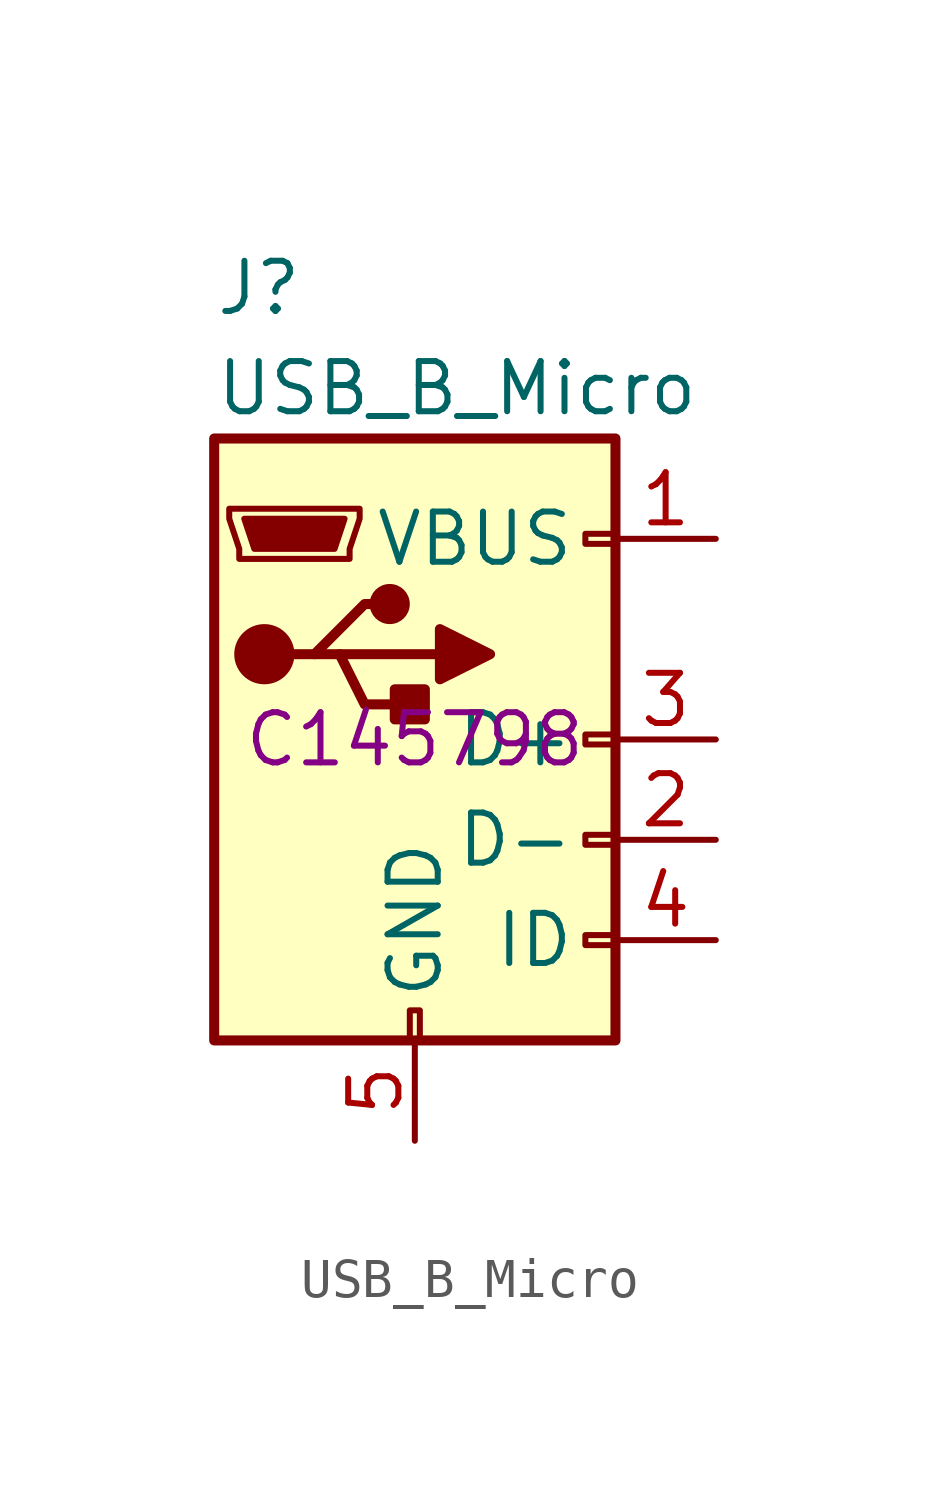
<source format=kicad_sym>
(kicad_symbol_lib
  (version 20211014)
  (generator kicad_symbol_editor)
  (symbol "USB_B_Micro"
    (pin_names
      (offset 1.016))
    (property "Reference" "J"
      (at -5.08 11.43 0)
      (effects (font (size 1.27 1.27)) (justify left)))
    (property "Value" "USB_B_Micro"
      (at -5.08 8.89 0)
      (effects (font (size 1.27 1.27)) (justify left)))
    (property "LCSC Part" "C145798"
      (at 0 0 0)
      (effects (font (size 1.27 1.27))))
    (symbol "USB_B_Micro_0_1"
      (rectangle (start -5.08 -7.62) (end 5.08 7.62) (stroke (width 0.254) (type default) (color 0 0 0 0)) (fill (type background)))
      (circle (center -3.81 2.159) (radius 0.635) (stroke (width 0.254) (type default) (color 0 0 0 0)) (fill (type outline)))
      (circle (center -0.635 3.429) (radius 0.381) (stroke (width 0.254) (type default) (color 0 0 0 0)) (fill (type outline)))
      (rectangle (start -0.127 -7.62) (end 0.127 -6.858) (stroke (width 0) (type default) (color 0 0 0 0)) (fill (type none)))
      (polyline (pts (xy -1.905 2.159) (xy 0.635 2.159)) (stroke (width 0.254) (type default) (color 0 0 0 0)) (fill (type none)))
      (polyline (pts (xy -3.175 2.159) (xy -2.54 2.159) (xy -1.27 3.429) (xy -0.635 3.429)) (stroke (width 0.254) (type default) (color 0 0 0 0)) (fill (type none)))
      (polyline (pts (xy -2.54 2.159) (xy -1.905 2.159) (xy -1.27 0.889) (xy 0 0.889)) (stroke (width 0.254) (type default) (color 0 0 0 0)) (fill (type none)))
      (polyline (pts (xy 0.635 2.794) (xy 0.635 1.524) (xy 1.905 2.159) (xy 0.635 2.794)) (stroke (width 0.254) (type default) (color 0 0 0 0)) (fill (type outline)))
      (polyline (pts (xy -4.318 5.588) (xy -1.778 5.588) (xy -2.032 4.826) (xy -4.064 4.826) (xy -4.318 5.588)) (stroke (width 0) (type default) (color 0 0 0 0)) (fill (type outline)))
      (polyline (pts (xy -4.699 5.842) (xy -4.699 5.588) (xy -4.445 4.826) (xy -4.445 4.572) (xy -1.651 4.572) (xy -1.651 4.826) (xy -1.397 5.588) (xy -1.397 5.842) (xy -4.699 5.842)) (stroke (width 0) (type default) (color 0 0 0 0)) (fill (type none)))
      (rectangle (start 0.254 1.27) (end -0.508 0.508) (stroke (width 0.254) (type default) (color 0 0 0 0)) (fill (type outline)))
      (rectangle (start 5.08 -5.207) (end 4.318 -4.953) (stroke (width 0) (type default) (color 0 0 0 0)) (fill (type none)))
      (rectangle (start 5.08 -2.667) (end 4.318 -2.413) (stroke (width 0) (type default) (color 0 0 0 0)) (fill (type none)))
      (rectangle (start 5.08 -0.127) (end 4.318 0.127) (stroke (width 0) (type default) (color 0 0 0 0)) (fill (type none)))
      (rectangle (start 5.08 4.953) (end 4.318 5.207) (stroke (width 0) (type default) (color 0 0 0 0)) (fill (type none))))
    (symbol "USB_B_Micro_1_1"
      (pin power_out line (at 7.62 5.08 180) (length 2.54) (name "VBUS" (effects (font (size 1.27 1.27)))) (number "1" (effects (font (size 1.27 1.27)))))
      (pin bidirectional line (at 7.62 -2.54 180) (length 2.54) (name "D-" (effects (font (size 1.27 1.27)))) (number "2" (effects (font (size 1.27 1.27)))))
      (pin bidirectional line (at 7.62 0 180) (length 2.54) (name "D+" (effects (font (size 1.27 1.27)))) (number "3" (effects (font (size 1.27 1.27)))))
      (pin passive line (at 7.62 -5.08 180) (length 2.54) (name "ID" (effects (font (size 1.27 1.27)))) (number "4" (effects (font (size 1.27 1.27)))))
      (pin power_out line (at 0 -10.16 90) (length 2.54) (name "GND" (effects (font (size 1.27 1.27)))) (number "5" (effects (font (size 1.27 1.27))))))))
</source>
